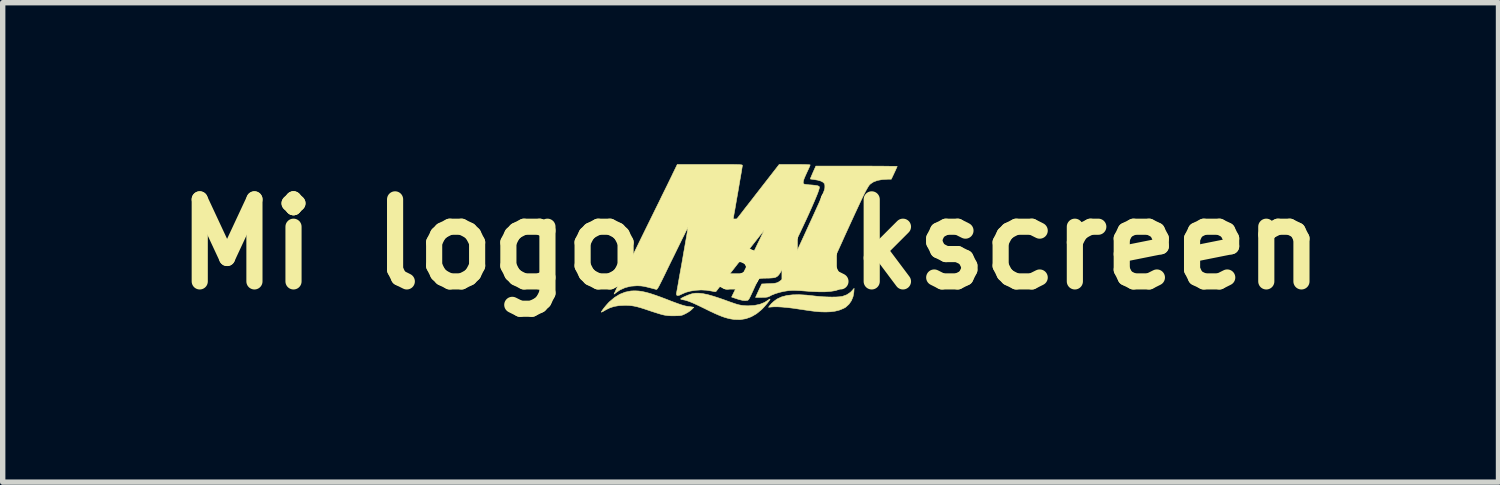
<source format=kicad_pcb>
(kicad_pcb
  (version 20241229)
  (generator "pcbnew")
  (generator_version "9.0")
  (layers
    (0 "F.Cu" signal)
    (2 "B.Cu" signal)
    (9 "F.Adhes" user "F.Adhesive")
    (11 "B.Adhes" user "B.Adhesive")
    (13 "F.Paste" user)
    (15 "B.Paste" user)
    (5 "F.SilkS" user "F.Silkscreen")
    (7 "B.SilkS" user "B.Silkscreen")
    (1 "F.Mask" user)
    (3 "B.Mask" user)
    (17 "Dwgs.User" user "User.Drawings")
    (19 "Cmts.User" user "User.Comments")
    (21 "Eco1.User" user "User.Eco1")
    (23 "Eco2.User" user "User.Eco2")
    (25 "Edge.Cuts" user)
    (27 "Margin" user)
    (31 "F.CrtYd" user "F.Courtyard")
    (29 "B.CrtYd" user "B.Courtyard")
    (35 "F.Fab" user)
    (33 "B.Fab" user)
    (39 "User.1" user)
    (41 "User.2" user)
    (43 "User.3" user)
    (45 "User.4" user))
  (footprint "Mi logo silkscreen"
    (layer "F.Cu")
    (at 10.893 1.488)
    (property "Reference" "Mi logo silkscreen" (at 0 0 0) (layer "F.SilkS") (effects (font (size 1.524 1.524) (thickness 0.3))))
    (attr through_hole)
    (fp_poly (pts (xy 1.918 0.89) (xy 1.903 0.972) (xy 1.872 1.048) (xy 1.826 1.114) (xy 1.767 1.167) (xy 1.756 1.175) (xy 1.727 1.19) (xy 1.687 1.207) (xy 1.644 1.224) (xy 1.638 1.225) (xy 1.57 1.242) (xy 1.487 1.253) (xy 1.393 1.257) (xy 1.292 1.254) (xy 1.194 1.245) (xy 1.143 1.239) (xy 1.079 1.23) (xy 1.009 1.22) (xy 0.939 1.209) (xy 0.914 1.206) (xy 0.796 1.188) (xy 0.687 1.175) (xy 0.588 1.166) (xy 0.504 1.161) (xy 0.436 1.161) (xy 0.408 1.163) (xy 0.333 1.169) (xy 0.354 1.14) (xy 0.389 1.099) (xy 0.435 1.058) (xy 0.485 1.021) (xy 0.499 1.013) (xy 0.577 0.977) (xy 0.67 0.952) (xy 0.777 0.939) (xy 0.9 0.936) (xy 1.038 0.944) (xy 1.148 0.956) (xy 1.238 0.966) (xy 1.33 0.974) (xy 1.422 0.978) (xy 1.508 0.98) (xy 1.585 0.979) (xy 1.651 0.975) (xy 1.7 0.968) (xy 1.707 0.967) (xy 1.786 0.938) (xy 1.852 0.894) (xy 1.885 0.861) (xy 1.923 0.818) (xy 1.918 0.89)) (stroke (width 0.01) (type solid)) (fill yes) (layer "F.SilkS"))
    (fp_poly (pts (xy -0.885 0.917) (xy -0.796 0.935) (xy -0.694 0.964) (xy -0.577 1.002) (xy -0.491 1.032) (xy -0.404 1.064) (xy -0.332 1.089) (xy -0.273 1.109) (xy -0.224 1.123) (xy -0.18 1.132) (xy -0.14 1.138) (xy -0.1 1.141) (xy -0.056 1.143) (xy -0.046 1.143) (xy 0.069 1.136) (xy 0.171 1.115) (xy 0.259 1.08) (xy 0.318 1.042) (xy 0.341 1.026) (xy 0.357 1.017) (xy 0.36 1.016) (xy 0.361 1.023) (xy 0.35 1.042) (xy 0.33 1.069) (xy 0.304 1.102) (xy 0.273 1.138) (xy 0.241 1.174) (xy 0.21 1.206) (xy 0.202 1.214) (xy 0.109 1.29) (xy 0.012 1.346) (xy -0.088 1.382) (xy -0.193 1.399) (xy -0.303 1.396) (xy -0.37 1.386) (xy -0.423 1.374) (xy -0.477 1.359) (xy -0.534 1.339) (xy -0.597 1.314) (xy -0.67 1.282) (xy -0.755 1.242) (xy -0.832 1.204) (xy -0.928 1.157) (xy -1.008 1.119) (xy -1.075 1.089) (xy -1.13 1.066) (xy -1.177 1.05) (xy -1.217 1.038) (xy -1.252 1.031) (xy -1.253 1.031) (xy -1.281 1.025) (xy -1.298 1.018) (xy -1.3 1.015) (xy -1.292 1.006) (xy -1.268 0.992) (xy -1.234 0.975) (xy -1.193 0.957) (xy -1.151 0.94) (xy -1.111 0.926) (xy -1.084 0.918) (xy -1.027 0.909) (xy -0.961 0.908) (xy -0.885 0.917)) (stroke (width 0.01) (type solid)) (fill yes) (layer "F.SilkS"))
    (fp_poly (pts (xy -2.078 0.868) (xy -2.015 0.877) (xy -1.946 0.892) (xy -1.868 0.913) (xy -1.781 0.942) (xy -1.679 0.978) (xy -1.581 1.015) (xy -1.485 1.053) (xy -1.404 1.083) (xy -1.338 1.107) (xy -1.285 1.125) (xy -1.242 1.138) (xy -1.206 1.147) (xy -1.177 1.152) (xy -1.172 1.153) (xy -1.134 1.158) (xy -1.098 1.163) (xy -1.088 1.164) (xy -1.054 1.17) (xy -1.093 1.21) (xy -1.122 1.235) (xy -1.162 1.262) (xy -1.204 1.286) (xy -1.208 1.288) (xy -1.241 1.304) (xy -1.267 1.315) (xy -1.292 1.321) (xy -1.321 1.325) (xy -1.36 1.327) (xy -1.412 1.328) (xy -1.483 1.328) (xy -1.541 1.324) (xy -1.593 1.317) (xy -1.621 1.311) (xy -1.657 1.302) (xy -1.708 1.287) (xy -1.768 1.268) (xy -1.832 1.248) (xy -1.882 1.231) (xy -1.971 1.201) (xy -2.044 1.178) (xy -2.105 1.161) (xy -2.159 1.149) (xy -2.207 1.141) (xy -2.255 1.136) (xy -2.305 1.134) (xy -2.342 1.134) (xy -2.444 1.139) (xy -2.533 1.154) (xy -2.612 1.179) (xy -2.688 1.216) (xy -2.7 1.224) (xy -2.733 1.243) (xy -2.759 1.256) (xy -2.772 1.261) (xy -2.774 1.26) (xy -2.767 1.246) (xy -2.75 1.22) (xy -2.726 1.187) (xy -2.696 1.15) (xy -2.665 1.114) (xy -2.636 1.082) (xy -2.623 1.069) (xy -2.528 0.989) (xy -2.431 0.929) (xy -2.33 0.889) (xy -2.226 0.868) (xy -2.199 0.866) (xy -2.138 0.865) (xy -2.078 0.868)) (stroke (width 0.01) (type solid)) (fill yes) (layer "F.SilkS"))
    (fp_poly (pts (xy 2.09 -1.453) (xy 2.205 -1.453) (xy 2.313 -1.452) (xy 2.412 -1.452) (xy 2.5 -1.451) (xy 2.576 -1.45) (xy 2.638 -1.45) (xy 2.684 -1.449) (xy 2.713 -1.448) (xy 2.723 -1.447) (xy 2.723 -1.447) (xy 2.719 -1.436) (xy 2.707 -1.411) (xy 2.691 -1.374) (xy 2.67 -1.33) (xy 2.668 -1.325) (xy 2.613 -1.209) (xy 2.548 -1.209) (xy 2.447 -1.203) (xy 2.358 -1.187) (xy 2.285 -1.16) (xy 2.228 -1.123) (xy 2.204 -1.099) (xy 2.189 -1.077) (xy 2.167 -1.04) (xy 2.141 -0.994) (xy 2.114 -0.942) (xy 2.103 -0.919) (xy 2.078 -0.869) (xy 2.048 -0.806) (xy 2.013 -0.731) (xy 1.974 -0.647) (xy 1.931 -0.555) (xy 1.886 -0.457) (xy 1.839 -0.355) (xy 1.791 -0.25) (xy 1.743 -0.145) (xy 1.696 -0.04) (xy 1.65 0.061) (xy 1.606 0.158) (xy 1.565 0.249) (xy 1.528 0.332) (xy 1.495 0.405) (xy 1.468 0.467) (xy 1.448 0.516) (xy 1.434 0.549) (xy 1.428 0.566) (xy 1.42 0.616) (xy 1.426 0.657) (xy 1.447 0.688) (xy 1.485 0.712) (xy 1.54 0.728) (xy 1.613 0.737) (xy 1.624 0.738) (xy 1.716 0.745) (xy 1.696 0.785) (xy 1.667 0.822) (xy 1.638 0.84) (xy 1.572 0.861) (xy 1.488 0.874) (xy 1.385 0.882) (xy 1.263 0.882) (xy 1.122 0.876) (xy 1.001 0.867) (xy 0.923 0.861) (xy 0.861 0.858) (xy 0.809 0.856) (xy 0.763 0.857) (xy 0.717 0.86) (xy 0.698 0.862) (xy 0.619 0.874) (xy 0.537 0.893) (xy 0.46 0.916) (xy 0.392 0.943) (xy 0.359 0.961) (xy 0.338 0.972) (xy 0.317 0.979) (xy 0.291 0.983) (xy 0.255 0.985) (xy 0.204 0.986) (xy 0.204 0.986) (xy 0.092 0.986) (xy 0.128 0.907) (xy 0.148 0.863) (xy 0.168 0.82) (xy 0.184 0.786) (xy 0.186 0.782) (xy 0.208 0.737) (xy 0.34 0.731) (xy 0.396 0.729) (xy 0.436 0.726) (xy 0.465 0.721) (xy 0.489 0.715) (xy 0.511 0.705) (xy 0.527 0.696) (xy 0.58 0.658) (xy 0.622 0.612) (xy 0.635 0.592) (xy 0.656 0.553) (xy 0.685 0.495) (xy 0.721 0.421) (xy 0.765 0.328) (xy 0.817 0.219) (xy 0.876 0.092) (xy 0.943 -0.051) (xy 1.016 -0.21) (xy 1.019 -0.216) (xy 1.083 -0.357) (xy 1.14 -0.48) (xy 1.189 -0.588) (xy 1.231 -0.681) (xy 1.267 -0.76) (xy 1.296 -0.827) (xy 1.32 -0.882) (xy 1.339 -0.927) (xy 1.354 -0.964) (xy 1.365 -0.993) (xy 1.372 -1.015) (xy 1.377 -1.033) (xy 1.379 -1.046) (xy 1.379 -1.048) (xy 1.38 -1.086) (xy 1.376 -1.116) (xy 1.372 -1.126) (xy 1.348 -1.152) (xy 1.307 -1.174) (xy 1.25 -1.191) (xy 1.196 -1.2) (xy 1.158 -1.206) (xy 1.128 -1.21) (xy 1.111 -1.213) (xy 1.11 -1.214) (xy 1.112 -1.224) (xy 1.122 -1.248) (xy 1.137 -1.284) (xy 1.156 -1.328) (xy 1.159 -1.335) (xy 1.212 -1.453) (xy 1.968 -1.453) (xy 2.09 -1.453)) (stroke (width 0.01) (type solid)) (fill yes) (layer "F.SilkS"))
    (fp_poly (pts (xy -0.631 -1.483) (xy -0.524 -1.483) (xy -0.434 -1.483) (xy -0.36 -1.483) (xy -0.3 -1.482) (xy -0.253 -1.481) (xy -0.217 -1.48) (xy -0.191 -1.478) (xy -0.173 -1.476) (xy -0.161 -1.474) (xy -0.155 -1.471) (xy -0.153 -1.468) (xy -0.152 -1.465) (xy -0.154 -1.453) (xy -0.159 -1.423) (xy -0.166 -1.377) (xy -0.176 -1.318) (xy -0.188 -1.249) (xy -0.202 -1.17) (xy -0.216 -1.086) (xy -0.231 -0.997) (xy -0.247 -0.906) (xy -0.263 -0.816) (xy -0.278 -0.728) (xy -0.292 -0.646) (xy -0.306 -0.571) (xy -0.317 -0.505) (xy -0.327 -0.451) (xy -0.334 -0.411) (xy -0.339 -0.387) (xy -0.339 -0.384) (xy -0.341 -0.369) (xy -0.34 -0.366) (xy -0.333 -0.374) (xy -0.315 -0.396) (xy -0.287 -0.432) (xy -0.249 -0.48) (xy -0.202 -0.54) (xy -0.149 -0.608) (xy -0.089 -0.686) (xy -0.023 -0.77) (xy 0.047 -0.86) (xy 0.097 -0.925) (xy 0.531 -1.483) (xy 0.819 -1.483) (xy 0.893 -1.483) (xy 0.961 -1.482) (xy 1.018 -1.481) (xy 1.063 -1.479) (xy 1.094 -1.477) (xy 1.107 -1.475) (xy 1.107 -1.475) (xy 1.103 -1.463) (xy 1.092 -1.436) (xy 1.075 -1.398) (xy 1.054 -1.353) (xy 1.046 -1.336) (xy 1.015 -1.268) (xy 0.993 -1.216) (xy 0.981 -1.177) (xy 0.977 -1.149) (xy 0.98 -1.13) (xy 0.984 -1.124) (xy 1.002 -1.116) (xy 1.039 -1.11) (xy 1.097 -1.104) (xy 1.106 -1.104) (xy 1.155 -1.1) (xy 1.2 -1.095) (xy 1.234 -1.089) (xy 1.249 -1.086) (xy 1.271 -1.076) (xy 1.278 -1.063) (xy 1.276 -1.042) (xy 1.266 -1.007) (xy 1.248 -0.954) (xy 1.22 -0.885) (xy 1.184 -0.799) (xy 1.14 -0.698) (xy 1.088 -0.581) (xy 1.028 -0.45) (xy 0.96 -0.305) (xy 0.885 -0.147) (xy 0.804 0.025) (xy 0.715 0.208) (xy 0.668 0.305) (xy 0.628 0.387) (xy 0.594 0.452) (xy 0.566 0.503) (xy 0.542 0.542) (xy 0.521 0.57) (xy 0.501 0.591) (xy 0.48 0.605) (xy 0.458 0.615) (xy 0.455 0.616) (xy 0.432 0.621) (xy 0.394 0.625) (xy 0.346 0.628) (xy 0.295 0.629) (xy 0.239 0.63) (xy 0.199 0.632) (xy 0.173 0.636) (xy 0.157 0.642) (xy 0.152 0.646) (xy 0.142 0.66) (xy 0.126 0.689) (xy 0.105 0.731) (xy 0.081 0.782) (xy 0.055 0.839) (xy 0.051 0.848) (xy 0.02 0.915) (xy -0.004 0.966) (xy -0.022 1.002) (xy -0.037 1.025) (xy -0.048 1.037) (xy -0.054 1.04) (xy -0.098 1.046) (xy -0.152 1.041) (xy -0.218 1.025) (xy -0.255 1.013) (xy -0.353 0.98) (xy -0.05 0.361) (xy 0.002 0.257) (xy 0.05 0.158) (xy 0.095 0.066) (xy 0.135 -0.018) (xy 0.171 -0.091) (xy 0.201 -0.154) (xy 0.225 -0.203) (xy 0.241 -0.238) (xy 0.25 -0.257) (xy 0.251 -0.26) (xy 0.245 -0.253) (xy 0.227 -0.231) (xy 0.2 -0.196) (xy 0.163 -0.15) (xy 0.119 -0.094) (xy 0.068 -0.029) (xy 0.012 0.042) (xy -0.048 0.118) (xy -0.111 0.198) (xy -0.175 0.28) (xy -0.24 0.362) (xy -0.304 0.444) (xy -0.366 0.523) (xy -0.425 0.598) (xy -0.479 0.667) (xy -0.527 0.729) (xy -0.569 0.782) (xy -0.603 0.825) (xy -0.627 0.857) (xy -0.637 0.87) (xy -0.645 0.877) (xy -0.657 0.88) (xy -0.677 0.878) (xy -0.711 0.871) (xy -0.728 0.868) (xy -0.821 0.853) (xy -0.92 0.848) (xy -1.02 0.854) (xy -1.116 0.869) (xy -1.203 0.892) (xy -1.276 0.924) (xy -1.278 0.925) (xy -1.322 0.946) (xy -1.354 0.952) (xy -1.373 0.944) (xy -1.378 0.921) (xy -1.377 0.912) (xy -1.353 0.779) (xy -1.33 0.647) (xy -1.307 0.518) (xy -1.284 0.392) (xy -1.263 0.273) (xy -1.244 0.16) (xy -1.225 0.055) (xy -1.209 -0.039) (xy -1.194 -0.122) (xy -1.182 -0.192) (xy -1.173 -0.248) (xy -1.166 -0.287) (xy -1.163 -0.309) (xy -1.163 -0.313) (xy -1.168 -0.304) (xy -1.182 -0.279) (xy -1.204 -0.236) (xy -1.233 -0.176) (xy -1.271 -0.101) (xy -1.315 -0.011) (xy -1.366 0.093) (xy -1.424 0.212) (xy -1.489 0.343) (xy -1.559 0.487) (xy -1.575 0.521) (xy -1.617 0.607) (xy -1.651 0.676) (xy -1.679 0.731) (xy -1.7 0.772) (xy -1.717 0.802) (xy -1.729 0.821) (xy -1.739 0.833) (xy -1.746 0.838) (xy -1.753 0.838) (xy -1.832 0.817) (xy -1.895 0.801) (xy -1.945 0.789) (xy -1.986 0.78) (xy -2.022 0.775) (xy -2.055 0.772) (xy -2.089 0.771) (xy -2.108 0.77) (xy -2.224 0.778) (xy -2.329 0.804) (xy -2.425 0.847) (xy -2.493 0.893) (xy -2.516 0.911) (xy -2.532 0.923) (xy -2.536 0.925) (xy -2.535 0.921) (xy -2.53 0.909) (xy -2.52 0.888) (xy -2.506 0.858) (xy -2.487 0.817) (xy -2.462 0.765) (xy -2.431 0.702) (xy -2.394 0.626) (xy -2.351 0.537) (xy -2.3 0.434) (xy -2.243 0.316) (xy -2.177 0.183) (xy -2.104 0.033) (xy -2.023 -0.133) (xy -1.946 -0.29) (xy -1.883 -0.418) (xy -1.821 -0.544) (xy -1.761 -0.666) (xy -1.703 -0.783) (xy -1.65 -0.893) (xy -1.6 -0.994) (xy -1.555 -1.085) (xy -1.516 -1.165) (xy -1.484 -1.231) (xy -1.459 -1.282) (xy -1.443 -1.317) (xy -1.442 -1.318) (xy -1.362 -1.483) (xy -0.757 -1.483) (xy -0.631 -1.483)) (stroke (width 0.01) (type solid)) (fill yes) (layer "F.SilkS")))
  (gr_rect
    (start -3 -3)
    (end 24.786 5.906)
    (stroke (width 0.1) (type default))
    (fill no)
    (layer "Edge.Cuts")))
</source>
